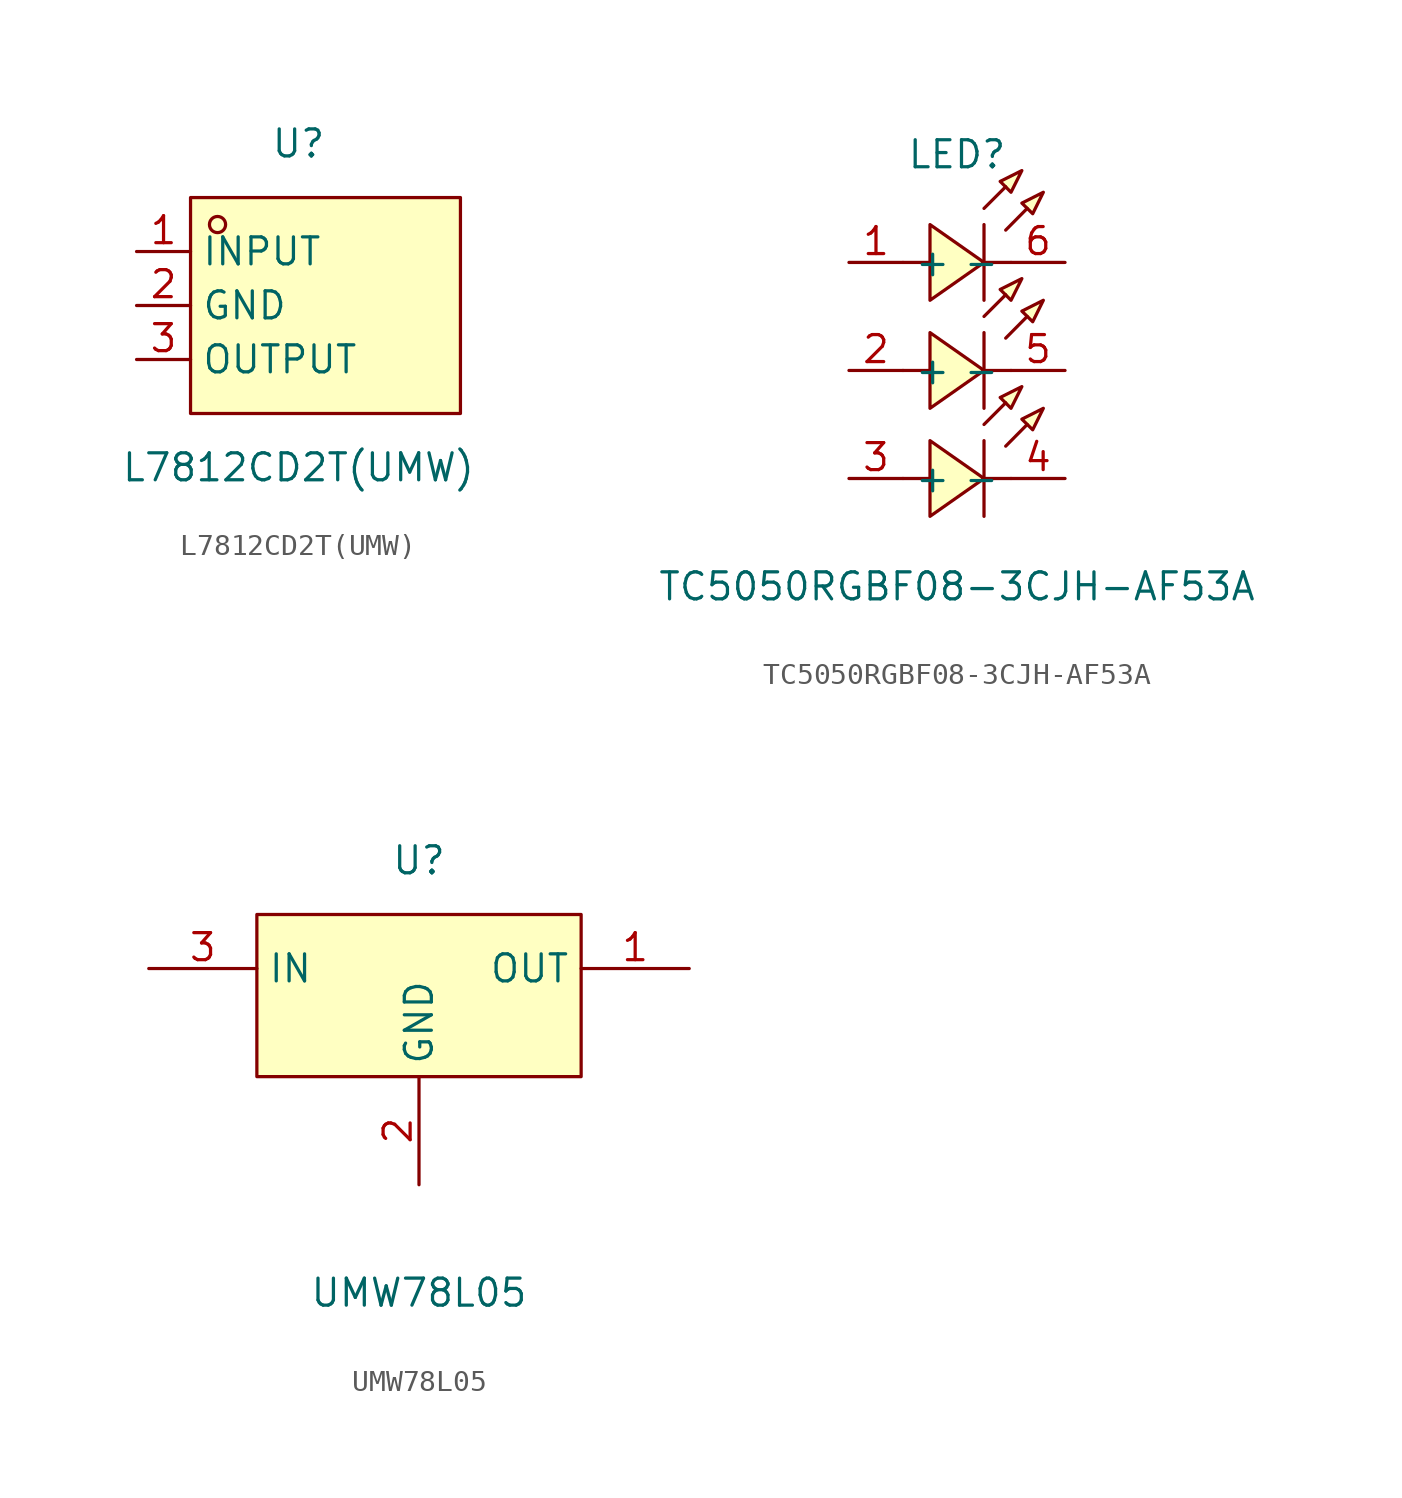
<source format=kicad_sym>
(kicad_symbol_lib
  (version 20220914)
  (generator https://github.com/uPesy/easyeda2kicad.py)
  (symbol "L7812CD2T(UMW)"
    (property "Reference" "U"
      (at 0 7.62 0)
      (effects (font (size 1.27 1.27))))
    (property "Value" "L7812CD2T(UMW)"
      (at 0 -7.62 0)
      (effects (font (size 1.27 1.27))))
    (symbol "L7812CD2T(UMW)_0_1"
      (rectangle (start -5.08 5.08) (end 7.62 -5.08) (stroke (width 0) (type default)) (fill (type background)))
      (circle (center -3.81 3.81) (radius 0.38) (stroke (width 0) (type default)) (fill (type none)))
      (pin unspecified line (at -7.62 2.54 0) (length 2.54) (name "INPUT" (effects (font (size 1.27 1.27)))) (number "1" (effects (font (size 1.27 1.27)))))
      (pin unspecified line (at -7.62 0 0) (length 2.54) (name "GND" (effects (font (size 1.27 1.27)))) (number "2" (effects (font (size 1.27 1.27)))))
      (pin unspecified line (at -7.62 -2.54 0) (length 2.54) (name "OUTPUT" (effects (font (size 1.27 1.27)))) (number "3" (effects (font (size 1.27 1.27)))))))
  (symbol "TC5050RGBF08-3CJH-AF53A"
    (property "Reference" "LED"
      (at 0 10.16 0)
      (effects (font (size 1.27 1.27))))
    (property "Value" "TC5050RGBF08-3CJH-AF53A"
      (at 0 -10.16 0)
      (effects (font (size 1.27 1.27))))
    (symbol "TC5050RGBF08-3CJH-AF53A_0_1"
      (polyline (pts (xy -2.54 -5.08) (xy -1.27 -5.08)) (stroke (width 0) (type default)) (fill (type none)))
      (polyline (pts (xy -2.54 0) (xy -1.27 0)) (stroke (width 0) (type default)) (fill (type none)))
      (polyline (pts (xy -2.54 5.08) (xy -1.27 5.08)) (stroke (width 0) (type default)) (fill (type none)))
      (polyline (pts (xy 1.27 -5.08) (xy 2.54 -5.08)) (stroke (width 0) (type default)) (fill (type none)))
      (polyline (pts (xy 1.27 -3.3) (xy 1.27 -6.86)) (stroke (width 0) (type default)) (fill (type none)))
      (polyline (pts (xy 1.27 0) (xy 2.54 0)) (stroke (width 0) (type default)) (fill (type none)))
      (polyline (pts (xy 1.27 1.78) (xy 1.27 -1.78)) (stroke (width 0) (type default)) (fill (type none)))
      (polyline (pts (xy 1.27 5.08) (xy 2.54 5.08)) (stroke (width 0) (type default)) (fill (type none)))
      (polyline (pts (xy 1.27 6.86) (xy 1.27 3.3)) (stroke (width 0) (type default)) (fill (type none)))
      (polyline (pts (xy 1.27 -2.54) (xy 2.29 -1.52) (xy 1.27 -2.54)) (stroke (width 0) (type default)) (fill (type background)))
      (polyline (pts (xy 1.27 2.54) (xy 2.29 3.56) (xy 1.27 2.54)) (stroke (width 0) (type default)) (fill (type background)))
      (polyline (pts (xy 1.27 7.62) (xy 2.29 8.64) (xy 1.27 7.62)) (stroke (width 0) (type default)) (fill (type background)))
      (polyline (pts (xy 2.29 -3.56) (xy 3.3 -2.54) (xy 2.29 -3.56)) (stroke (width 0) (type default)) (fill (type background)))
      (polyline (pts (xy 2.29 1.52) (xy 3.3 2.54) (xy 2.29 1.52)) (stroke (width 0) (type default)) (fill (type background)))
      (polyline (pts (xy 2.29 6.6) (xy 3.3 7.62) (xy 2.29 6.6)) (stroke (width 0) (type default)) (fill (type background)))
      (polyline (pts (xy -1.27 -3.3) (xy 1.27 -5.08) (xy -1.27 -6.86) (xy -1.27 -3.3)) (stroke (width 0) (type default)) (fill (type background)))
      (polyline (pts (xy -1.27 1.78) (xy 1.27 0) (xy -1.27 -1.78) (xy -1.27 1.78)) (stroke (width 0) (type default)) (fill (type background)))
      (polyline (pts (xy -1.27 6.86) (xy 1.27 5.08) (xy -1.27 3.3) (xy -1.27 6.86)) (stroke (width 0) (type default)) (fill (type background)))
      (polyline (pts (xy 3.05 -0.76) (xy 2.03 -1.27) (xy 2.54 -1.78) (xy 3.05 -0.76)) (stroke (width 0) (type default)) (fill (type background)))
      (polyline (pts (xy 3.05 4.32) (xy 2.03 3.81) (xy 2.54 3.3) (xy 3.05 4.32)) (stroke (width 0) (type default)) (fill (type background)))
      (polyline (pts (xy 3.05 9.4) (xy 2.03 8.89) (xy 2.54 8.38) (xy 3.05 9.4)) (stroke (width 0) (type default)) (fill (type background)))
      (polyline (pts (xy 4.06 -1.78) (xy 3.05 -2.29) (xy 3.56 -2.79) (xy 4.06 -1.78)) (stroke (width 0) (type default)) (fill (type background)))
      (polyline (pts (xy 4.06 3.3) (xy 3.05 2.79) (xy 3.56 2.29) (xy 4.06 3.3)) (stroke (width 0) (type default)) (fill (type background)))
      (polyline (pts (xy 4.06 8.38) (xy 3.05 7.87) (xy 3.56 7.37) (xy 4.06 8.38)) (stroke (width 0) (type default)) (fill (type background)))
      (pin unspecified line (at -5.08 5.08 0) (length 2.54) (name "+" (effects (font (size 1.27 1.27)))) (number "1" (effects (font (size 1.27 1.27)))))
      (pin unspecified line (at -5.08 0 0) (length 2.54) (name "+" (effects (font (size 1.27 1.27)))) (number "2" (effects (font (size 1.27 1.27)))))
      (pin unspecified line (at -5.08 -5.08 0) (length 2.54) (name "+" (effects (font (size 1.27 1.27)))) (number "3" (effects (font (size 1.27 1.27)))))
      (pin unspecified line (at 5.08 -5.08 180) (length 2.54) (name "-" (effects (font (size 1.27 1.27)))) (number "4" (effects (font (size 1.27 1.27)))))
      (pin unspecified line (at 5.08 0 180) (length 2.54) (name "-" (effects (font (size 1.27 1.27)))) (number "5" (effects (font (size 1.27 1.27)))))
      (pin unspecified line (at 5.08 5.08 180) (length 2.54) (name "-" (effects (font (size 1.27 1.27)))) (number "6" (effects (font (size 1.27 1.27)))))))
  (symbol "UMW78L05"
    (property "Reference" "U"
      (at 0 8.89 0)
      (effects (font (size 1.27 1.27))))
    (property "Value" "UMW78L05"
      (at 0 -11.43 0)
      (effects (font (size 1.27 1.27))))
    (symbol "UMW78L05_0_1"
      (rectangle (start -7.62 6.35) (end 7.62 -1.27) (stroke (width 0) (type default)) (fill (type background)))
      (pin power_in line (at 12.7 3.81 180) (length 5.08) (name "OUT" (effects (font (size 1.27 1.27)))) (number "1" (effects (font (size 1.27 1.27)))))
      (pin power_in line (at 0 -6.35 90) (length 5.08) (name "GND" (effects (font (size 1.27 1.27)))) (number "2" (effects (font (size 1.27 1.27)))))
      (pin power_in line (at -12.7 3.81 0) (length 5.08) (name "IN" (effects (font (size 1.27 1.27)))) (number "3" (effects (font (size 1.27 1.27))))))))
</source>
